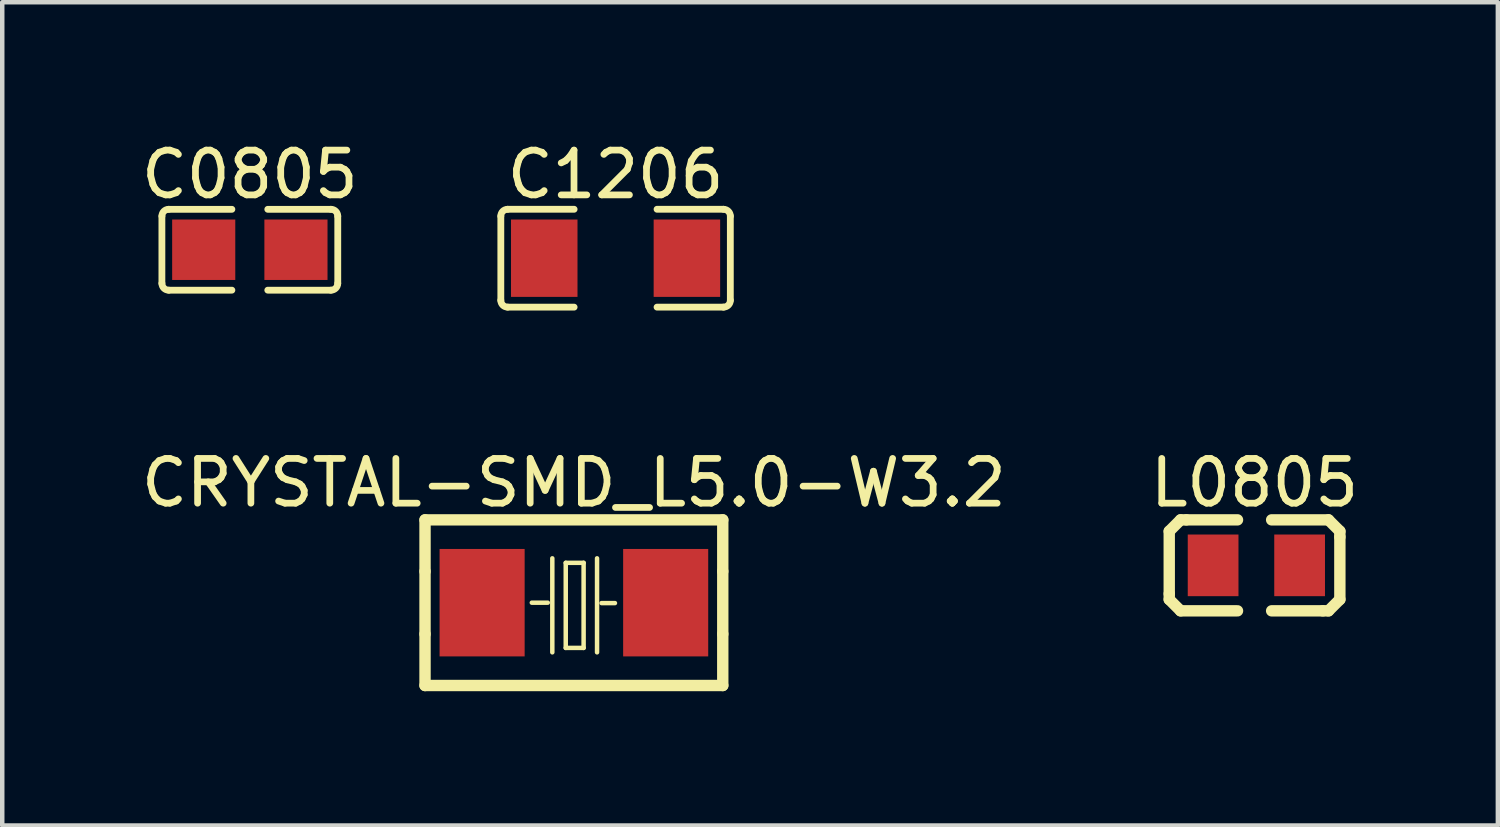
<source format=kicad_pcb>
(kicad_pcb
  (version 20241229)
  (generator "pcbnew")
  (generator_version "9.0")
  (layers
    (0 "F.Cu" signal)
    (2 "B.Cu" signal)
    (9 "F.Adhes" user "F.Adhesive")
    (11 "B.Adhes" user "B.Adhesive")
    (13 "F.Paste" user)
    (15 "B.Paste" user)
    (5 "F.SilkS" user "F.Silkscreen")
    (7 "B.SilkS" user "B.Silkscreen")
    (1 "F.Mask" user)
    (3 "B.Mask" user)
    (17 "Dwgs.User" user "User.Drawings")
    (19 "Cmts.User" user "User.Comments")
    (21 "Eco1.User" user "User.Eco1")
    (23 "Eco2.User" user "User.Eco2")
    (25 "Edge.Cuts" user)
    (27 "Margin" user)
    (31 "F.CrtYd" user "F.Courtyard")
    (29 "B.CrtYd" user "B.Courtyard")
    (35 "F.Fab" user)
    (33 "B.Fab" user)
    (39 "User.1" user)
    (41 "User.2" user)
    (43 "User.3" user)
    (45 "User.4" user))
  (footprint "CRYSTAL-SMD_L5.0-W3.2"
    (layer "F.Cu")
    (at 9.768 10.411)
    (property "Reference" "CRYSTAL-SMD_L5.0-W3.2" (at 0 -2.677 0) (unlocked yes) (layer "F.SilkS") (effects (font (size 1 1) (thickness 0.15))))
    (fp_line (start -3.325 -1.85) (end 3.325 -1.85) (stroke (width 0.254) (type default)) (layer "F.SilkS"))
    (fp_line (start -3.325 -0.7) (end -3.325 -1.85) (stroke (width 0.254) (type default)) (layer "F.SilkS"))
    (fp_line (start -3.325 0.7) (end -3.325 -0.7) (stroke (width 0.254) (type default)) (layer "F.SilkS"))
    (fp_line (start -3.325 1.85) (end -3.325 0.7) (stroke (width 0.254) (type default)) (layer "F.SilkS"))
    (fp_line (start -0.94 0) (end -0.584 0) (stroke (width 0.1) (type default)) (layer "F.SilkS"))
    (fp_line (start -0.482 -0.991) (end -0.482 1.109) (stroke (width 0.1) (type default)) (layer "F.SilkS"))
    (fp_line (start -0.182 -0.89) (end -0.182 1.01) (stroke (width 0.1) (type default)) (layer "F.SilkS"))
    (fp_line (start -0.182 1.01) (end 0.217 1.01) (stroke (width 0.1) (type default)) (layer "F.SilkS"))
    (fp_line (start 0.217 -0.89) (end -0.182 -0.89) (stroke (width 0.1) (type default)) (layer "F.SilkS"))
    (fp_line (start 0.217 1.01) (end 0.217 -0.89) (stroke (width 0.1) (type default)) (layer "F.SilkS"))
    (fp_line (start 0.517 -0.991) (end 0.517 1.109) (stroke (width 0.1) (type default)) (layer "F.SilkS"))
    (fp_line (start 0.618 0.009) (end 0.917 0.009) (stroke (width 0.1) (type default)) (layer "F.SilkS"))
    (fp_line (start 3.325 -1.85) (end 3.325 -0.7) (stroke (width 0.254) (type default)) (layer "F.SilkS"))
    (fp_line (start 3.325 -0.7) (end 3.325 0.7) (stroke (width 0.254) (type default)) (layer "F.SilkS"))
    (fp_line (start 3.325 0.7) (end 3.325 1.85) (stroke (width 0.254) (type default)) (layer "F.SilkS"))
    (fp_line (start 3.325 1.85) (end -3.325 1.85) (stroke (width 0.254) (type default)) (layer "F.SilkS"))
    (fp_poly (pts (xy -2.4 -1) (xy -1.3 -1) (xy -1.3 1) (xy -2.4 1)) (stroke (width 0.1) (type default)) (fill no) (layer "User.1"))
    (fp_poly (pts (xy 1.3 -1) (xy 2.4 -1) (xy 2.4 1) (xy 1.3 1)) (stroke (width 0.1) (type default)) (fill no) (layer "User.1"))
    (fp_line (start -2.5 -1.6) (end 2.5 -1.6) (stroke (width 0.051) (type default)) (layer "User.2"))
    (fp_line (start -2.5 1.6) (end -2.5 -1.6) (stroke (width 0.051) (type default)) (layer "User.2"))
    (fp_line (start 2.5 -1.6) (end 2.5 1.6) (stroke (width 0.051) (type default)) (layer "User.2"))
    (fp_line (start 2.5 1.6) (end -2.5 1.6) (stroke (width 0.051) (type default)) (layer "User.2"))
    (fp_poly (pts (xy -2.44 1.6) (xy -2.458 1.558) (xy -2.5 1.54) (xy -2.542 1.558) (xy -2.56 1.6) (xy -2.542 1.642) (xy -2.5 1.66) (xy -2.458 1.642)) (stroke (width 0.1) (type default)) (fill no) (layer "User.3"))
    (pad "1" smd rect (at -2.05 0) (size 1.9 2.4) (layers "F.Cu" "F.Mask" "F.Paste"))
    (pad "2" smd rect (at 2.05 0) (size 1.9 2.4) (layers "F.Cu" "F.Mask" "F.Paste")))
  (footprint "L0805"
    (layer "F.Cu")
    (at 25.011 9.577)
    (property "Reference" "L0805" (at -0.041 -1.843 0) (layer "F.SilkS") (effects (font (size 1 1) (thickness 0.15))))
    (fp_line (start -1.946 -0.762) (end -1.946 0.635) (stroke (width 0.254) (type default)) (layer "F.SilkS"))
    (fp_line (start -1.946 0.635) (end -1.946 0.762) (stroke (width 0.254) (type default)) (layer "F.SilkS"))
    (fp_line (start -1.946 0.762) (end -1.692 1.016) (stroke (width 0.254) (type default)) (layer "F.SilkS"))
    (fp_line (start -1.692 -1.016) (end -1.946 -0.762) (stroke (width 0.254) (type default)) (layer "F.SilkS"))
    (fp_line (start -1.692 1.016) (end -0.421 1.016) (stroke (width 0.254) (type default)) (layer "F.SilkS"))
    (fp_line (start -1.565 -1.016) (end -1.692 -1.016) (stroke (width 0.254) (type default)) (layer "F.SilkS"))
    (fp_line (start -0.421 -1.016) (end -1.565 -1.016) (stroke (width 0.254) (type default)) (layer "F.SilkS"))
    (fp_line (start 0.341 1.016) (end 1.484 1.016) (stroke (width 0.254) (type default)) (layer "F.SilkS"))
    (fp_line (start 1.484 1.016) (end 1.611 1.016) (stroke (width 0.254) (type default)) (layer "F.SilkS"))
    (fp_line (start 1.611 -1.016) (end 0.341 -1.016) (stroke (width 0.254) (type default)) (layer "F.SilkS"))
    (fp_line (start 1.611 1.016) (end 1.865 0.762) (stroke (width 0.254) (type default)) (layer "F.SilkS"))
    (fp_line (start 1.865 -0.762) (end 1.611 -1.016) (stroke (width 0.254) (type default)) (layer "F.SilkS"))
    (fp_line (start 1.865 -0.635) (end 1.865 -0.762) (stroke (width 0.254) (type default)) (layer "F.SilkS"))
    (fp_line (start 1.865 0.762) (end 1.865 -0.635) (stroke (width 0.254) (type default)) (layer "F.SilkS"))
    (fp_poly (pts (xy -0.36 0.22) (xy -0.36 -0.221) (xy -0.745 -0.689) (xy -1.433 -0.689) (xy -1.532 -0.589) (xy -1.532 0.589) (xy -1.433 0.689) (xy -0.745 0.689)) (stroke (width 0) (type default)) (fill yes) (layer "F.Paste"))
    (fp_poly (pts (xy 0.36 0.22) (xy 0.36 -0.221) (xy 0.745 -0.689) (xy 1.433 -0.689) (xy 1.532 -0.589) (xy 1.532 0.589) (xy 1.433 0.689) (xy 0.745 0.689)) (stroke (width 0) (type default)) (fill yes) (layer "F.Paste"))
    (fp_poly (pts (xy -1 0.637) (xy -1 -0.637) (xy -0.6 -0.637) (xy -0.6 0.637)) (stroke (width 0.1) (type default)) (fill no) (layer "User.1"))
    (fp_poly (pts (xy 1 0.637) (xy 1 -0.637) (xy 0.6 -0.637) (xy 0.6 0.637)) (stroke (width 0.1) (type default)) (fill no) (layer "User.1"))
    (fp_line (start -1 -0.637) (end 1 -0.637) (stroke (width 0.051) (type default)) (layer "User.2"))
    (fp_line (start -1 0.637) (end -1 -0.637) (stroke (width 0.051) (type default)) (layer "User.2"))
    (fp_line (start 1 -0.637) (end 1 0.637) (stroke (width 0.051) (type default)) (layer "User.2"))
    (fp_line (start 1 0.637) (end -1 0.637) (stroke (width 0.051) (type default)) (layer "User.2"))
    (fp_poly (pts (xy -0.94 0.637) (xy -0.958 0.595) (xy -1 0.578) (xy -1.042 0.595) (xy -1.06 0.637) (xy -1.042 0.68) (xy -1 0.698) (xy -0.958 0.68)) (stroke (width 0.1) (type default)) (fill no) (layer "User.3"))
    (pad "1" smd rect (at -0.966 0) (size 1.133 1.377) (layers "F.Cu" "F.Mask" "F.Paste"))
    (pad "2" smd rect (at 0.966 0) (size 1.133 1.377) (layers "F.Cu" "F.Mask" "F.Paste")))
  (footprint "C0805"
    (layer "F.Cu")
    (at 2.53 2.528)
    (property "Reference" "C0805" (at 0 -1.68 0) (unlocked yes) (layer "F.SilkS") (effects (font (size 1 1) (thickness 0.15))))
    (fp_line (start -1.964 0.751) (end -1.964 -0.751) (stroke (width 0.152) (type default)) (layer "F.SilkS"))
    (fp_line (start -1.811 -0.903) (end -0.401 -0.903) (stroke (width 0.152) (type default)) (layer "F.SilkS"))
    (fp_line (start -0.401 0.903) (end -1.811 0.903) (stroke (width 0.152) (type default)) (layer "F.SilkS"))
    (fp_line (start 0.401 0.903) (end 1.811 0.903) (stroke (width 0.152) (type default)) (layer "F.SilkS"))
    (fp_line (start 1.811 -0.903) (end 0.401 -0.903) (stroke (width 0.152) (type default)) (layer "F.SilkS"))
    (fp_line (start 1.964 0.751) (end 1.964 -0.751) (stroke (width 0.152) (type default)) (layer "F.SilkS"))
    (fp_arc (start -1.9635 -0.751) (mid -1.918834 -0.858834) (end -1.811 -0.9035) (stroke (width 0.1525) (type default)) (layer "F.SilkS"))
    (fp_arc (start -1.811 0.9035) (mid -1.918834 0.858834) (end -1.9635 0.751) (stroke (width 0.1525) (type default)) (layer "F.SilkS"))
    (fp_arc (start 1.811 -0.9035) (mid 1.918834 -0.858834) (end 1.9635 -0.751) (stroke (width 0.1525) (type default)) (layer "F.SilkS"))
    (fp_arc (start 1.9635 0.751) (mid 1.918834 0.858834) (end 1.811 0.9035) (stroke (width 0.1525) (type default)) (layer "F.SilkS"))
    (fp_poly (pts (xy -1.675 0.62) (xy -1.675 -0.66) (xy -1.625 -0.71) (xy -0.475 -0.71) (xy -0.425 -0.66) (xy -0.42 -0.25) (xy -0.87 -0.25) (xy -0.87 0.2) (xy -0.43 0.2) (xy -0.425 0.62) (xy -0.475 0.67) (xy -1.625 0.67)) (stroke (width 0) (type default)) (fill yes) (layer "F.Paste"))
    (fp_poly (pts (xy 0.475 0.62) (xy 0.475 0.2) (xy 0.92 0.2) (xy 0.92 -0.25) (xy 0.48 -0.25) (xy 0.475 -0.66) (xy 0.525 -0.71) (xy 1.675 -0.71) (xy 1.725 -0.66) (xy 1.725 0.62) (xy 1.675 0.67) (xy 0.525 0.67)) (stroke (width 0) (type default)) (fill yes) (layer "F.Paste"))
    (fp_poly (pts (xy -1 0.625) (xy -1 -0.625) (xy -0.5 -0.625) (xy -0.5 0.625)) (stroke (width 0.1) (type default)) (fill no) (layer "User.1"))
    (fp_poly (pts (xy 1 -0.625) (xy 1 0.625) (xy 0.5 0.625) (xy 0.5 -0.625)) (stroke (width 0.1) (type default)) (fill no) (layer "User.1"))
    (fp_line (start -1 -0.625) (end 1 -0.625) (stroke (width 0.051) (type default)) (layer "User.2"))
    (fp_line (start -1 0.625) (end -1 -0.625) (stroke (width 0.051) (type default)) (layer "User.2"))
    (fp_line (start 1 -0.625) (end 1 0.625) (stroke (width 0.051) (type default)) (layer "User.2"))
    (fp_line (start 1 0.625) (end -1 0.625) (stroke (width 0.051) (type default)) (layer "User.2"))
    (fp_poly (pts (xy -0.956 -0.635) (xy -0.974 -0.677) (xy -1.016 -0.695) (xy -1.058 -0.677) (xy -1.076 -0.635) (xy -1.058 -0.593) (xy -1.016 -0.575) (xy -0.974 -0.593)) (stroke (width 0.1) (type default)) (fill no) (layer "User.3"))
    (pad "1" smd rect (at -1.03 0) (size 1.41 1.35) (layers "F.Cu" "F.Mask" "F.Paste"))
    (pad "2" smd rect (at 1.03 0) (size 1.41 1.35) (layers "F.Cu" "F.Mask" "F.Paste")))
  (footprint "C1206"
    (layer "F.Cu")
    (at 10.699 2.717)
    (property "Reference" "C1206" (at 0 -1.869 0) (unlocked yes) (layer "F.SilkS") (effects (font (size 1 1) (thickness 0.15))))
    (fp_line (start -2.563 0.94) (end -2.563 -0.94) (stroke (width 0.152) (type default)) (layer "F.SilkS"))
    (fp_line (start -2.411 -1.093) (end -0.926 -1.093) (stroke (width 0.152) (type default)) (layer "F.SilkS"))
    (fp_line (start -0.926 1.093) (end -2.411 1.093) (stroke (width 0.152) (type default)) (layer "F.SilkS"))
    (fp_line (start 0.926 1.093) (end 2.411 1.093) (stroke (width 0.152) (type default)) (layer "F.SilkS"))
    (fp_line (start 2.411 -1.093) (end 0.926 -1.093) (stroke (width 0.152) (type default)) (layer "F.SilkS"))
    (fp_line (start 2.563 0.94) (end 2.563 -0.94) (stroke (width 0.152) (type default)) (layer "F.SilkS"))
    (fp_arc (start -2.5635 -0.94) (mid -2.518834 -1.047834) (end -2.411 -1.0925) (stroke (width 0.1525) (type default)) (layer "F.SilkS"))
    (fp_arc (start -2.411 1.0925) (mid -2.518834 1.047834) (end -2.5635 0.94) (stroke (width 0.1525) (type default)) (layer "F.SilkS"))
    (fp_arc (start 2.411 -1.0925) (mid 2.518834 -1.047834) (end 2.5635 -0.94) (stroke (width 0.1525) (type default)) (layer "F.SilkS"))
    (fp_arc (start 2.5635 0.94) (mid 2.518834 1.047834) (end 2.411 1.0925) (stroke (width 0.1525) (type default)) (layer "F.SilkS"))
    (fp_poly (pts (xy -0.85 0.764) (xy -0.85 0.394) (xy -0.95 0.294) (xy -1.255 0.294) (xy -1.355 0.194) (xy -1.355 -0.194) (xy -1.255 -0.294) (xy -0.95 -0.294) (xy -0.85 -0.394) (xy -0.85 -0.764) (xy -0.95 -0.864) (xy -2.235 -0.864) (xy -2.335 -0.764) (xy -2.335 0.764) (xy -2.235 0.864) (xy -0.95 0.864)) (stroke (width 0) (type default)) (fill yes) (layer "F.Paste"))
    (fp_poly (pts (xy 0.85 0.764) (xy 0.85 0.394) (xy 0.95 0.294) (xy 1.255 0.294) (xy 1.355 0.194) (xy 1.355 -0.194) (xy 1.255 -0.294) (xy 0.95 -0.294) (xy 0.85 -0.394) (xy 0.85 -0.764) (xy 0.95 -0.864) (xy 2.235 -0.864) (xy 2.335 -0.764) (xy 2.335 0.764) (xy 2.235 0.864) (xy 0.95 0.864)) (stroke (width 0) (type default)) (fill yes) (layer "F.Paste"))
    (fp_poly (pts (xy -1.6 0.8) (xy -1.6 -0.8) (xy -1.1 -0.8) (xy -1.1 0.8)) (stroke (width 0.1) (type default)) (fill no) (layer "User.1"))
    (fp_poly (pts (xy 1.6 0.8) (xy 1.6 -0.8) (xy 1.1 -0.8) (xy 1.1 0.8)) (stroke (width 0.1) (type default)) (fill no) (layer "User.1"))
    (fp_line (start -1.6 -0.8) (end 1.6 -0.8) (stroke (width 0.051) (type default)) (layer "User.2"))
    (fp_line (start -1.6 0.8) (end -1.6 -0.8) (stroke (width 0.051) (type default)) (layer "User.2"))
    (fp_line (start 1.6 -0.8) (end 1.6 0.8) (stroke (width 0.051) (type default)) (layer "User.2"))
    (fp_line (start 1.6 0.8) (end -1.6 0.8) (stroke (width 0.051) (type default)) (layer "User.2"))
    (fp_poly (pts (xy -1.54 0.8) (xy -1.558 0.758) (xy -1.6 0.74) (xy -1.642 0.758) (xy -1.66 0.8) (xy -1.642 0.842) (xy -1.6 0.86) (xy -1.558 0.842)) (stroke (width 0.1) (type default)) (fill no) (layer "User.3"))
    (pad "1" smd rect (at -1.593 0) (size 1.485 1.728) (layers "F.Cu" "F.Mask" "F.Paste"))
    (pad "2" smd rect (at 1.593 0) (size 1.485 1.728) (layers "F.Cu" "F.Mask" "F.Paste")))
  (gr_rect
    (start -3 -3)
    (end 30.405 15.388)
    (stroke (width 0.1) (type default))
    (fill no)
    (layer "Edge.Cuts")))
</source>
